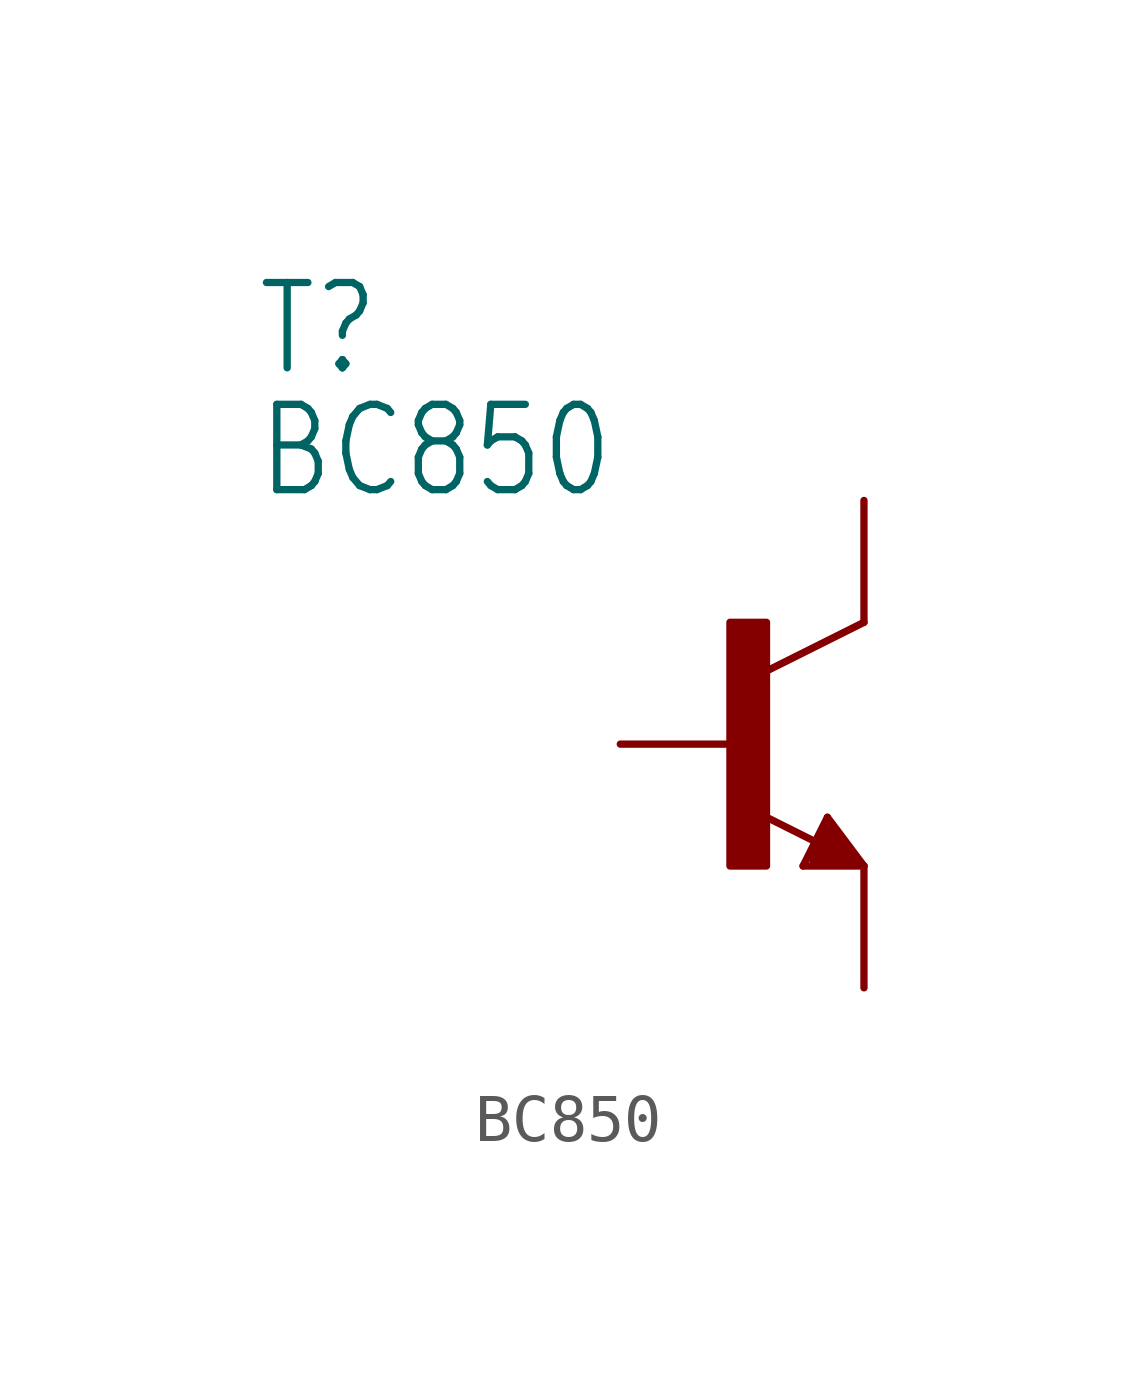
<source format=kicad_sym>
(kicad_symbol_lib
  (version 20211014)
  (generator kicad_symbol_editor)
  (symbol "BC850"
    (property "Reference" "T"
      (at -10.16 7.62 0)
      (effects (font (size 1.778 1.511)) (justify left bottom)))
    (property "Value" "BC850"
      (at -10.16 5.08 0)
      (effects (font (size 1.778 1.511)) (justify left bottom)))
    (property "ki_locked" ""
      (at 0 0 0)
      (effects (font (size 1.27 1.27))))
    (symbol "BC850_1_0"
      (rectangle (start -0.254 -2.54) (end 0.508 2.54) (stroke (width 0) (type default) (color 0 0 0 0)) (fill (type outline)))
      (polyline (pts (xy 1.27 -2.54) (xy 1.778 -1.524)) (stroke (width 0.152) (type default) (color 0 0 0 0)) (fill (type none)))
      (polyline (pts (xy 1.524 -2.413) (xy 2.286 -2.413)) (stroke (width 0.254) (type default) (color 0 0 0 0)) (fill (type none)))
      (polyline (pts (xy 1.524 -2.286) (xy 1.905 -2.286)) (stroke (width 0.254) (type default) (color 0 0 0 0)) (fill (type none)))
      (polyline (pts (xy 1.54 -2.04) (xy 0.308 -1.424)) (stroke (width 0.152) (type default) (color 0 0 0 0)) (fill (type none)))
      (polyline (pts (xy 1.778 -1.778) (xy 1.524 -2.286)) (stroke (width 0.254) (type default) (color 0 0 0 0)) (fill (type none)))
      (polyline (pts (xy 1.778 -1.524) (xy 2.54 -2.54)) (stroke (width 0.152) (type default) (color 0 0 0 0)) (fill (type none)))
      (polyline (pts (xy 1.905 -2.286) (xy 1.778 -2.032)) (stroke (width 0.254) (type default) (color 0 0 0 0)) (fill (type none)))
      (polyline (pts (xy 2.286 -2.413) (xy 1.778 -1.778)) (stroke (width 0.254) (type default) (color 0 0 0 0)) (fill (type none)))
      (polyline (pts (xy 2.54 -2.54) (xy 1.27 -2.54)) (stroke (width 0.152) (type default) (color 0 0 0 0)) (fill (type none)))
      (polyline (pts (xy 2.54 2.54) (xy 0.508 1.524)) (stroke (width 0.152) (type default) (color 0 0 0 0)) (fill (type none)))
      (pin passive line (at -2.54 0 0) (length 2.54) (name "B" (effects (font (size 0 0)))) (number "1" (effects (font (size 0 0)))))
      (pin passive line (at 2.54 -5.08 90) (length 2.54) (name "E" (effects (font (size 0 0)))) (number "2" (effects (font (size 0 0)))))
      (pin passive line (at 2.54 5.08 270) (length 2.54) (name "C" (effects (font (size 0 0)))) (number "3" (effects (font (size 0 0))))))))
</source>
